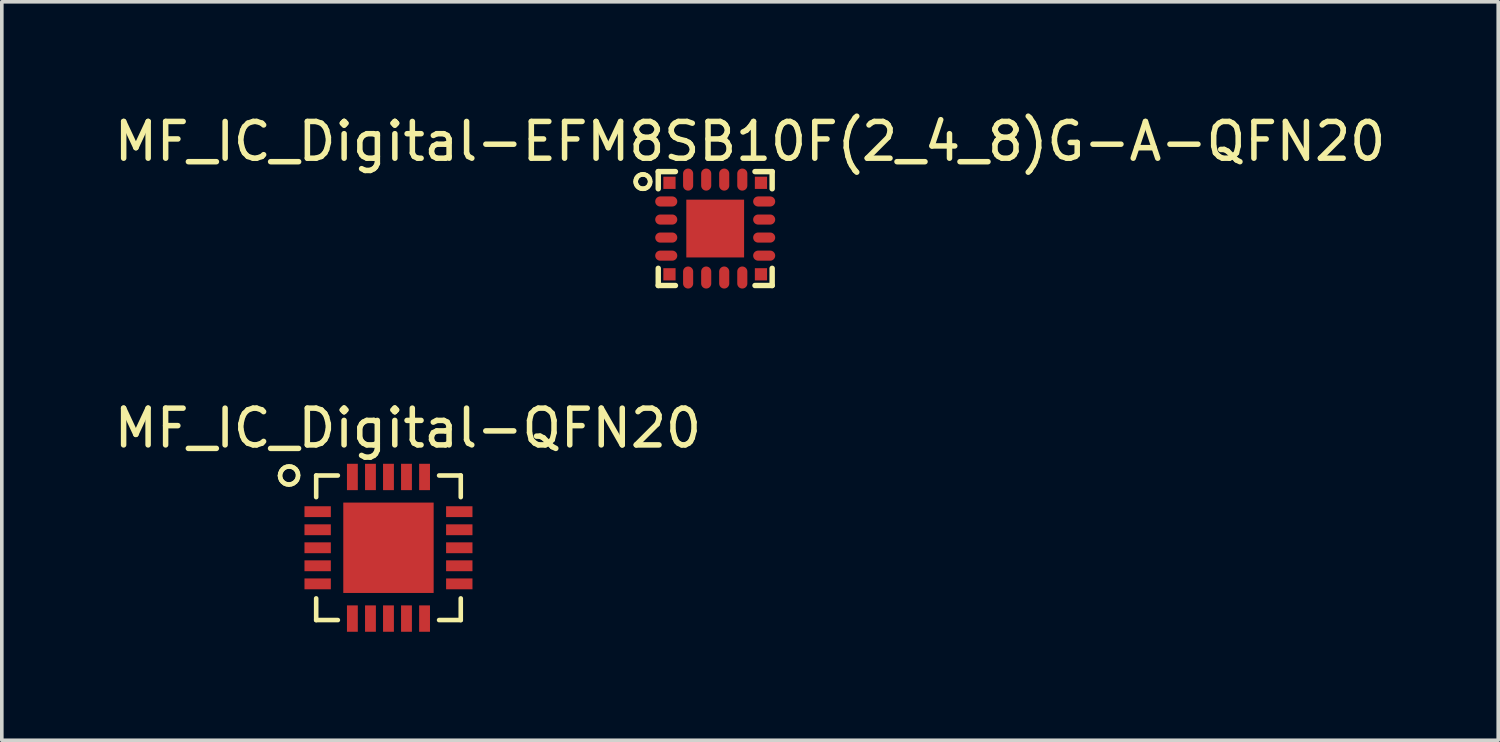
<source format=kicad_pcb>
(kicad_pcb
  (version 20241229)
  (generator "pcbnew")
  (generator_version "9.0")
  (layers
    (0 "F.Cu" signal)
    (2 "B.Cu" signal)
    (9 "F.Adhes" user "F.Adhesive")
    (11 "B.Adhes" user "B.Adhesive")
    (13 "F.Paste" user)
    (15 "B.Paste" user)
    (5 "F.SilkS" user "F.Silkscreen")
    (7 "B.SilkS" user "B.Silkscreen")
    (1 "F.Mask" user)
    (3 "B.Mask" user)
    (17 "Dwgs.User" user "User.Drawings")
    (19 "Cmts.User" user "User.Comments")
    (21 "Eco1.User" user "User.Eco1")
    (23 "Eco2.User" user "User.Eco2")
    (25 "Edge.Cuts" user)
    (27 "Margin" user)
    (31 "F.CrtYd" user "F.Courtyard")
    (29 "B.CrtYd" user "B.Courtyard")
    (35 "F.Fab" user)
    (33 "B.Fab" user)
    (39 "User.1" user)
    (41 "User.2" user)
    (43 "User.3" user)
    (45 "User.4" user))
  (footprint "MF_IC_Digital-QFN20"
    (layer "F.Cu")
    (at 7.692 12.097)
    (property "Reference" "MF_IC_Digital-QFN20" (at 0.538 -3.307 0) (layer "F.SilkS") (effects (font (size 1.016 1.016) (thickness 0.152))))
    (attr smd)
    (fp_line (start -3 -1.994) (end -2.99 -2.06) (stroke (width 0.127) (type solid)) (layer "F.SilkS"))
    (fp_line (start -2.99 -2.06) (end -2.964 -2.121) (stroke (width 0.127) (type solid)) (layer "F.SilkS"))
    (fp_line (start -2.99 -1.93) (end -3 -1.994) (stroke (width 0.127) (type solid)) (layer "F.SilkS"))
    (fp_line (start -2.967 -1.872) (end -2.99 -1.93) (stroke (width 0.127) (type solid)) (layer "F.SilkS"))
    (fp_line (start -2.964 -2.121) (end -2.924 -2.174) (stroke (width 0.127) (type solid)) (layer "F.SilkS"))
    (fp_line (start -2.926 -1.821) (end -2.967 -1.872) (stroke (width 0.127) (type solid)) (layer "F.SilkS"))
    (fp_line (start -2.924 -2.174) (end -2.873 -2.215) (stroke (width 0.127) (type solid)) (layer "F.SilkS"))
    (fp_line (start -2.875 -1.781) (end -2.926 -1.821) (stroke (width 0.127) (type solid)) (layer "F.SilkS"))
    (fp_line (start -2.873 -2.215) (end -2.809 -2.24) (stroke (width 0.127) (type solid)) (layer "F.SilkS"))
    (fp_line (start -2.817 -1.758) (end -2.875 -1.781) (stroke (width 0.127) (type solid)) (layer "F.SilkS"))
    (fp_line (start -2.809 -2.24) (end -2.746 -2.248) (stroke (width 0.127) (type solid)) (layer "F.SilkS"))
    (fp_line (start -2.753 -1.748) (end -2.817 -1.758) (stroke (width 0.127) (type solid)) (layer "F.SilkS"))
    (fp_line (start -2.746 -2.248) (end -2.682 -2.24) (stroke (width 0.127) (type solid)) (layer "F.SilkS"))
    (fp_line (start -2.687 -1.758) (end -2.753 -1.748) (stroke (width 0.127) (type solid)) (layer "F.SilkS"))
    (fp_line (start -2.682 -2.24) (end -2.621 -2.215) (stroke (width 0.127) (type solid)) (layer "F.SilkS"))
    (fp_line (start -2.626 -1.783) (end -2.687 -1.758) (stroke (width 0.127) (type solid)) (layer "F.SilkS"))
    (fp_line (start -2.621 -2.215) (end -2.57 -2.177) (stroke (width 0.127) (type solid)) (layer "F.SilkS"))
    (fp_line (start -2.573 -1.824) (end -2.626 -1.783) (stroke (width 0.127) (type solid)) (layer "F.SilkS"))
    (fp_line (start -2.57 -2.177) (end -2.532 -2.126) (stroke (width 0.127) (type solid)) (layer "F.SilkS"))
    (fp_line (start -2.532 -2.126) (end -2.507 -2.068) (stroke (width 0.127) (type solid)) (layer "F.SilkS"))
    (fp_line (start -2.532 -1.875) (end -2.573 -1.824) (stroke (width 0.127) (type solid)) (layer "F.SilkS"))
    (fp_line (start -2.507 -2.068) (end -2.499 -2.002) (stroke (width 0.127) (type solid)) (layer "F.SilkS"))
    (fp_line (start -2.507 -1.938) (end -2.532 -1.875) (stroke (width 0.127) (type solid)) (layer "F.SilkS"))
    (fp_line (start -2.499 -2.002) (end -2.507 -1.938) (stroke (width 0.127) (type solid)) (layer "F.SilkS"))
    (fp_line (start -1.999 -1.999) (end -1.999 -1.4) (stroke (width 0.127) (type solid)) (layer "F.SilkS"))
    (fp_line (start -1.999 1.4) (end -1.999 1.999) (stroke (width 0.127) (type solid)) (layer "F.SilkS"))
    (fp_line (start -1.999 1.999) (end -1.4 1.999) (stroke (width 0.127) (type solid)) (layer "F.SilkS"))
    (fp_line (start -1.4 -1.999) (end -1.999 -1.999) (stroke (width 0.127) (type solid)) (layer "F.SilkS"))
    (fp_line (start 1.4 -1.999) (end 1.999 -1.999) (stroke (width 0.127) (type solid)) (layer "F.SilkS"))
    (fp_line (start 1.4 1.999) (end 1.999 1.999) (stroke (width 0.127) (type solid)) (layer "F.SilkS"))
    (fp_line (start 1.999 -1.999) (end 1.999 -1.4) (stroke (width 0.127) (type solid)) (layer "F.SilkS"))
    (fp_line (start 1.999 1.999) (end 1.999 1.4) (stroke (width 0.127) (type solid)) (layer "F.SilkS"))
    (fp_line (start -0.998 -0.998) (end -0.249 -0.998) (stroke (width 0.127) (type solid)) (layer "F.Paste"))
    (fp_line (start -0.998 -0.876) (end -0.249 -0.876) (stroke (width 0.127) (type solid)) (layer "F.Paste"))
    (fp_line (start -0.998 -0.249) (end -0.998 -0.998) (stroke (width 0.127) (type solid)) (layer "F.Paste"))
    (fp_line (start -0.998 0.249) (end -0.249 0.249) (stroke (width 0.127) (type solid)) (layer "F.Paste"))
    (fp_line (start -0.998 0.371) (end -0.249 0.371) (stroke (width 0.127) (type solid)) (layer "F.Paste"))
    (fp_line (start -0.998 0.998) (end -0.998 0.249) (stroke (width 0.127) (type solid)) (layer "F.Paste"))
    (fp_line (start -0.991 -0.749) (end -0.254 -0.749) (stroke (width 0.127) (type solid)) (layer "F.Paste"))
    (fp_line (start -0.991 -0.622) (end -0.254 -0.622) (stroke (width 0.127) (type solid)) (layer "F.Paste"))
    (fp_line (start -0.991 -0.495) (end -0.254 -0.495) (stroke (width 0.127) (type solid)) (layer "F.Paste"))
    (fp_line (start -0.991 -0.368) (end -0.254 -0.368) (stroke (width 0.127) (type solid)) (layer "F.Paste"))
    (fp_line (start -0.991 0.498) (end -0.254 0.498) (stroke (width 0.127) (type solid)) (layer "F.Paste"))
    (fp_line (start -0.991 0.625) (end -0.254 0.625) (stroke (width 0.127) (type solid)) (layer "F.Paste"))
    (fp_line (start -0.991 0.752) (end -0.254 0.752) (stroke (width 0.127) (type solid)) (layer "F.Paste"))
    (fp_line (start -0.991 0.879) (end -0.254 0.879) (stroke (width 0.127) (type solid)) (layer "F.Paste"))
    (fp_line (start -0.249 -0.998) (end -0.249 -0.249) (stroke (width 0.127) (type solid)) (layer "F.Paste"))
    (fp_line (start -0.249 -0.249) (end -0.998 -0.249) (stroke (width 0.127) (type solid)) (layer "F.Paste"))
    (fp_line (start -0.249 0.249) (end -0.249 0.998) (stroke (width 0.127) (type solid)) (layer "F.Paste"))
    (fp_line (start -0.249 0.998) (end -0.998 0.998) (stroke (width 0.127) (type solid)) (layer "F.Paste"))
    (fp_line (start 0.249 -0.998) (end 0.998 -0.998) (stroke (width 0.127) (type solid)) (layer "F.Paste"))
    (fp_line (start 0.249 -0.876) (end 0.998 -0.876) (stroke (width 0.127) (type solid)) (layer "F.Paste"))
    (fp_line (start 0.249 -0.249) (end 0.249 -0.998) (stroke (width 0.127) (type solid)) (layer "F.Paste"))
    (fp_line (start 0.249 0.249) (end 0.998 0.249) (stroke (width 0.127) (type solid)) (layer "F.Paste"))
    (fp_line (start 0.249 0.371) (end 0.998 0.371) (stroke (width 0.127) (type solid)) (layer "F.Paste"))
    (fp_line (start 0.249 0.998) (end 0.249 0.249) (stroke (width 0.127) (type solid)) (layer "F.Paste"))
    (fp_line (start 0.257 -0.749) (end 0.993 -0.749) (stroke (width 0.127) (type solid)) (layer "F.Paste"))
    (fp_line (start 0.257 -0.622) (end 0.993 -0.622) (stroke (width 0.127) (type solid)) (layer "F.Paste"))
    (fp_line (start 0.257 -0.495) (end 0.993 -0.495) (stroke (width 0.127) (type solid)) (layer "F.Paste"))
    (fp_line (start 0.257 -0.368) (end 0.993 -0.368) (stroke (width 0.127) (type solid)) (layer "F.Paste"))
    (fp_line (start 0.257 0.498) (end 0.993 0.498) (stroke (width 0.127) (type solid)) (layer "F.Paste"))
    (fp_line (start 0.257 0.625) (end 0.993 0.625) (stroke (width 0.127) (type solid)) (layer "F.Paste"))
    (fp_line (start 0.257 0.752) (end 0.993 0.752) (stroke (width 0.127) (type solid)) (layer "F.Paste"))
    (fp_line (start 0.257 0.879) (end 0.993 0.879) (stroke (width 0.127) (type solid)) (layer "F.Paste"))
    (fp_line (start 0.998 -0.998) (end 0.998 -0.249) (stroke (width 0.127) (type solid)) (layer "F.Paste"))
    (fp_line (start 0.998 -0.249) (end 0.249 -0.249) (stroke (width 0.127) (type solid)) (layer "F.Paste"))
    (fp_line (start 0.998 0.249) (end 0.998 0.998) (stroke (width 0.127) (type solid)) (layer "F.Paste"))
    (fp_line (start 0.998 0.998) (end 0.249 0.998) (stroke (width 0.127) (type solid)) (layer "F.Paste"))
    (pad "1" smd rect (at -1.958 -0.998 90) (size 0.3 0.729) (layers "F.Cu" "F.Mask" "F.Paste"))
    (pad "2" smd rect (at -1.958 -0.498 90) (size 0.3 0.729) (layers "F.Cu" "F.Mask" "F.Paste"))
    (pad "3" smd rect (at -1.958 0 90) (size 0.3 0.729) (layers "F.Cu" "F.Mask" "F.Paste"))
    (pad "4" smd rect (at -1.958 0.498 90) (size 0.3 0.729) (layers "F.Cu" "F.Mask" "F.Paste"))
    (pad "5" smd rect (at -1.958 0.998 90) (size 0.3 0.729) (layers "F.Cu" "F.Mask" "F.Paste"))
    (pad "6" smd rect (at -0.998 1.958 180) (size 0.3 0.729) (layers "F.Cu" "F.Mask" "F.Paste"))
    (pad "7" smd rect (at -0.498 1.958 180) (size 0.3 0.729) (layers "F.Cu" "F.Mask" "F.Paste"))
    (pad "8" smd rect (at 0 1.958 180) (size 0.3 0.729) (layers "F.Cu" "F.Mask" "F.Paste"))
    (pad "9" smd rect (at 0.498 1.958 180) (size 0.3 0.729) (layers "F.Cu" "F.Mask" "F.Paste"))
    (pad "10" smd rect (at 0.998 1.958 180) (size 0.3 0.729) (layers "F.Cu" "F.Mask" "F.Paste"))
    (pad "11" smd rect (at 1.958 0.998 270) (size 0.3 0.729) (layers "F.Cu" "F.Mask" "F.Paste"))
    (pad "12" smd rect (at 1.958 0.498 270) (size 0.3 0.729) (layers "F.Cu" "F.Mask" "F.Paste"))
    (pad "13" smd rect (at 1.958 0 270) (size 0.3 0.729) (layers "F.Cu" "F.Mask" "F.Paste"))
    (pad "14" smd rect (at 1.958 -0.498 270) (size 0.3 0.729) (layers "F.Cu" "F.Mask" "F.Paste"))
    (pad "15" smd rect (at 1.958 -0.998 270) (size 0.3 0.729) (layers "F.Cu" "F.Mask" "F.Paste"))
    (pad "16" smd rect (at 0.998 -1.958) (size 0.3 0.729) (layers "F.Cu" "F.Mask" "F.Paste"))
    (pad "17" smd rect (at 0.498 -1.958) (size 0.3 0.729) (layers "F.Cu" "F.Mask" "F.Paste"))
    (pad "18" smd rect (at 0 -1.958) (size 0.3 0.729) (layers "F.Cu" "F.Mask" "F.Paste"))
    (pad "19" smd rect (at -0.498 -1.958) (size 0.3 0.729) (layers "F.Cu" "F.Mask" "F.Paste"))
    (pad "20" smd rect (at -0.998 -1.958) (size 0.3 0.729) (layers "F.Cu" "F.Mask" "F.Paste"))
    (pad "PAD" smd rect (at 0 0) (size 2.499 2.499) (layers "F.Cu" "F.Mask")))
  (footprint "MF_IC_Digital-EFM8SB10F(2_4_8)G-A-QFN20"
    (layer "F.Cu")
    (at 16.727 3.27)
    (property "Reference" "MF_IC_Digital-EFM8SB10F(2_4_8)G-A-QFN20" (at 0.963 -2.408 0) (layer "F.SilkS") (effects (font (size 1.016 1.016) (thickness 0.152))))
    (attr smd)
    (fp_line (start -2.2 -1.298) (end -2.192 -1.247) (stroke (width 0.127) (type solid)) (layer "F.SilkS"))
    (fp_line (start -2.192 -1.351) (end -2.2 -1.298) (stroke (width 0.127) (type solid)) (layer "F.SilkS"))
    (fp_line (start -2.192 -1.247) (end -2.172 -1.199) (stroke (width 0.127) (type solid)) (layer "F.SilkS"))
    (fp_line (start -2.172 -1.4) (end -2.192 -1.351) (stroke (width 0.127) (type solid)) (layer "F.SilkS"))
    (fp_line (start -2.172 -1.199) (end -2.141 -1.158) (stroke (width 0.127) (type solid)) (layer "F.SilkS"))
    (fp_line (start -2.141 -1.44) (end -2.172 -1.4) (stroke (width 0.127) (type solid)) (layer "F.SilkS"))
    (fp_line (start -2.141 -1.158) (end -2.098 -1.125) (stroke (width 0.127) (type solid)) (layer "F.SilkS"))
    (fp_line (start -2.098 -1.473) (end -2.141 -1.44) (stroke (width 0.127) (type solid)) (layer "F.SilkS"))
    (fp_line (start -2.098 -1.125) (end -2.05 -1.105) (stroke (width 0.127) (type solid)) (layer "F.SilkS"))
    (fp_line (start -2.05 -1.491) (end -2.098 -1.473) (stroke (width 0.127) (type solid)) (layer "F.SilkS"))
    (fp_line (start -2.05 -1.105) (end -1.999 -1.1) (stroke (width 0.127) (type solid)) (layer "F.SilkS"))
    (fp_line (start -1.999 -1.499) (end -2.05 -1.491) (stroke (width 0.127) (type solid)) (layer "F.SilkS"))
    (fp_line (start -1.999 -1.1) (end -1.948 -1.105) (stroke (width 0.127) (type solid)) (layer "F.SilkS"))
    (fp_line (start -1.948 -1.491) (end -1.999 -1.499) (stroke (width 0.127) (type solid)) (layer "F.SilkS"))
    (fp_line (start -1.948 -1.105) (end -1.9 -1.125) (stroke (width 0.127) (type solid)) (layer "F.SilkS"))
    (fp_line (start -1.9 -1.473) (end -1.948 -1.491) (stroke (width 0.127) (type solid)) (layer "F.SilkS"))
    (fp_line (start -1.9 -1.125) (end -1.857 -1.158) (stroke (width 0.127) (type solid)) (layer "F.SilkS"))
    (fp_line (start -1.857 -1.44) (end -1.9 -1.473) (stroke (width 0.127) (type solid)) (layer "F.SilkS"))
    (fp_line (start -1.857 -1.158) (end -1.826 -1.199) (stroke (width 0.127) (type solid)) (layer "F.SilkS"))
    (fp_line (start -1.826 -1.4) (end -1.857 -1.44) (stroke (width 0.127) (type solid)) (layer "F.SilkS"))
    (fp_line (start -1.826 -1.199) (end -1.806 -1.247) (stroke (width 0.127) (type solid)) (layer "F.SilkS"))
    (fp_line (start -1.806 -1.351) (end -1.826 -1.4) (stroke (width 0.127) (type solid)) (layer "F.SilkS"))
    (fp_line (start -1.806 -1.247) (end -1.798 -1.298) (stroke (width 0.127) (type solid)) (layer "F.SilkS"))
    (fp_line (start -1.798 -1.298) (end -1.806 -1.351) (stroke (width 0.127) (type solid)) (layer "F.SilkS"))
    (fp_line (start -1.575 -1.575) (end -1.1 -1.575) (stroke (width 0.15) (type solid)) (layer "F.SilkS"))
    (fp_line (start -1.575 -1.1) (end -1.575 -1.575) (stroke (width 0.15) (type solid)) (layer "F.SilkS"))
    (fp_line (start -1.575 1.575) (end -1.575 1.1) (stroke (width 0.15) (type solid)) (layer "F.SilkS"))
    (fp_line (start -1.1 1.575) (end -1.575 1.575) (stroke (width 0.15) (type solid)) (layer "F.SilkS"))
    (fp_line (start 1.1 -1.575) (end 1.575 -1.575) (stroke (width 0.15) (type solid)) (layer "F.SilkS"))
    (fp_line (start 1.575 -1.575) (end 1.575 -1.1) (stroke (width 0.15) (type solid)) (layer "F.SilkS"))
    (fp_line (start 1.575 1.1) (end 1.575 1.575) (stroke (width 0.15) (type solid)) (layer "F.SilkS"))
    (fp_line (start 1.575 1.575) (end 1.1 1.575) (stroke (width 0.15) (type solid)) (layer "F.SilkS"))
    (fp_line (start -0.599 -0.599) (end -0.599 -0.099) (stroke (width 0.127) (type solid)) (layer "F.Paste"))
    (fp_line (start -0.599 -0.099) (end -0.099 -0.099) (stroke (width 0.127) (type solid)) (layer "F.Paste"))
    (fp_line (start -0.599 0.099) (end -0.599 0.599) (stroke (width 0.127) (type solid)) (layer "F.Paste"))
    (fp_line (start -0.599 0.599) (end -0.099 0.599) (stroke (width 0.127) (type solid)) (layer "F.Paste"))
    (fp_line (start -0.109 -0.343) (end -0.584 -0.343) (stroke (width 0.127) (type solid)) (layer "F.Paste"))
    (fp_line (start -0.109 -0.216) (end -0.584 -0.216) (stroke (width 0.127) (type solid)) (layer "F.Paste"))
    (fp_line (start -0.109 0.356) (end -0.584 0.356) (stroke (width 0.127) (type solid)) (layer "F.Paste"))
    (fp_line (start -0.109 0.483) (end -0.584 0.483) (stroke (width 0.127) (type solid)) (layer "F.Paste"))
    (fp_line (start -0.102 -0.521) (end -0.584 -0.521) (stroke (width 0.127) (type solid)) (layer "F.Paste"))
    (fp_line (start -0.102 -0.47) (end -0.584 -0.47) (stroke (width 0.127) (type solid)) (layer "F.Paste"))
    (fp_line (start -0.102 0.178) (end -0.584 0.178) (stroke (width 0.127) (type solid)) (layer "F.Paste"))
    (fp_line (start -0.102 0.229) (end -0.584 0.229) (stroke (width 0.127) (type solid)) (layer "F.Paste"))
    (fp_line (start -0.099 -0.599) (end -0.599 -0.599) (stroke (width 0.127) (type solid)) (layer "F.Paste"))
    (fp_line (start -0.099 -0.099) (end -0.099 -0.599) (stroke (width 0.127) (type solid)) (layer "F.Paste"))
    (fp_line (start -0.099 0.099) (end -0.599 0.099) (stroke (width 0.127) (type solid)) (layer "F.Paste"))
    (fp_line (start -0.099 0.599) (end -0.099 0.099) (stroke (width 0.127) (type solid)) (layer "F.Paste"))
    (fp_line (start 0.099 -0.599) (end 0.099 -0.099) (stroke (width 0.127) (type solid)) (layer "F.Paste"))
    (fp_line (start 0.099 -0.099) (end 0.599 -0.099) (stroke (width 0.127) (type solid)) (layer "F.Paste"))
    (fp_line (start 0.099 0.099) (end 0.099 0.599) (stroke (width 0.127) (type solid)) (layer "F.Paste"))
    (fp_line (start 0.099 0.599) (end 0.599 0.599) (stroke (width 0.127) (type solid)) (layer "F.Paste"))
    (fp_line (start 0.589 -0.343) (end 0.114 -0.343) (stroke (width 0.127) (type solid)) (layer "F.Paste"))
    (fp_line (start 0.589 -0.216) (end 0.114 -0.216) (stroke (width 0.127) (type solid)) (layer "F.Paste"))
    (fp_line (start 0.589 0.356) (end 0.114 0.356) (stroke (width 0.127) (type solid)) (layer "F.Paste"))
    (fp_line (start 0.589 0.483) (end 0.114 0.483) (stroke (width 0.127) (type solid)) (layer "F.Paste"))
    (fp_line (start 0.597 -0.521) (end 0.114 -0.521) (stroke (width 0.127) (type solid)) (layer "F.Paste"))
    (fp_line (start 0.597 -0.47) (end 0.114 -0.47) (stroke (width 0.127) (type solid)) (layer "F.Paste"))
    (fp_line (start 0.597 0.178) (end 0.114 0.178) (stroke (width 0.127) (type solid)) (layer "F.Paste"))
    (fp_line (start 0.597 0.229) (end 0.114 0.229) (stroke (width 0.127) (type solid)) (layer "F.Paste"))
    (fp_line (start 0.599 -0.599) (end 0.099 -0.599) (stroke (width 0.127) (type solid)) (layer "F.Paste"))
    (fp_line (start 0.599 -0.099) (end 0.599 -0.599) (stroke (width 0.127) (type solid)) (layer "F.Paste"))
    (fp_line (start 0.599 0.099) (end 0.099 0.099) (stroke (width 0.127) (type solid)) (layer "F.Paste"))
    (fp_line (start 0.599 0.599) (end 0.599 0.099) (stroke (width 0.127) (type solid)) (layer "F.Paste"))
    (pad "1" smd rect (at -1.265 -1.265) (size 0.338 0.338) (layers "F.Cu" "F.Mask" "F.Paste"))
    (pad "2" smd oval (at -1.354 -0.749 90) (size 0.279 0.61) (layers "F.Cu" "F.Mask" "F.Paste"))
    (pad "3" smd oval (at -1.354 -0.249 90) (size 0.279 0.61) (layers "F.Cu" "F.Mask" "F.Paste"))
    (pad "4" smd oval (at -1.354 0.249 90) (size 0.279 0.61) (layers "F.Cu" "F.Mask" "F.Paste"))
    (pad "5" smd oval (at -1.354 0.749 90) (size 0.279 0.61) (layers "F.Cu" "F.Mask" "F.Paste"))
    (pad "6" smd rect (at -1.265 1.265) (size 0.338 0.338) (layers "F.Cu" "F.Mask" "F.Paste"))
    (pad "7" smd oval (at -0.749 1.354) (size 0.279 0.61) (layers "F.Cu" "F.Mask" "F.Paste"))
    (pad "8" smd oval (at -0.249 1.354) (size 0.279 0.61) (layers "F.Cu" "F.Mask" "F.Paste"))
    (pad "9" smd oval (at 0.249 1.354) (size 0.279 0.61) (layers "F.Cu" "F.Mask" "F.Paste"))
    (pad "10" smd oval (at 0.749 1.354) (size 0.279 0.61) (layers "F.Cu" "F.Mask" "F.Paste"))
    (pad "11" smd rect (at 1.265 1.265) (size 0.338 0.338) (layers "F.Cu" "F.Mask" "F.Paste"))
    (pad "12" smd oval (at 1.354 0.749 90) (size 0.279 0.61) (layers "F.Cu" "F.Mask" "F.Paste"))
    (pad "13" smd oval (at 1.354 0.249 90) (size 0.279 0.61) (layers "F.Cu" "F.Mask" "F.Paste"))
    (pad "14" smd oval (at 1.354 -0.249 90) (size 0.279 0.61) (layers "F.Cu" "F.Mask" "F.Paste"))
    (pad "15" smd oval (at 1.354 -0.749 90) (size 0.279 0.61) (layers "F.Cu" "F.Mask" "F.Paste"))
    (pad "16" smd rect (at 1.265 -1.265) (size 0.338 0.338) (layers "F.Cu" "F.Mask" "F.Paste"))
    (pad "17" smd oval (at 0.749 -1.354) (size 0.279 0.61) (layers "F.Cu" "F.Mask" "F.Paste"))
    (pad "18" smd oval (at 0.249 -1.354) (size 0.279 0.61) (layers "F.Cu" "F.Mask" "F.Paste"))
    (pad "19" smd oval (at -0.249 -1.354) (size 0.279 0.61) (layers "F.Cu" "F.Mask" "F.Paste"))
    (pad "20" smd oval (at -0.749 -1.354) (size 0.279 0.61) (layers "F.Cu" "F.Mask" "F.Paste"))
    (pad "PAD" smd rect (at 0 0) (size 1.598 1.598) (layers "F.Cu" "F.Mask")))
  (gr_rect
    (start -3 -3)
    (end 38.379 17.42)
    (stroke (width 0.1) (type default))
    (fill no)
    (layer "Edge.Cuts")))
</source>
